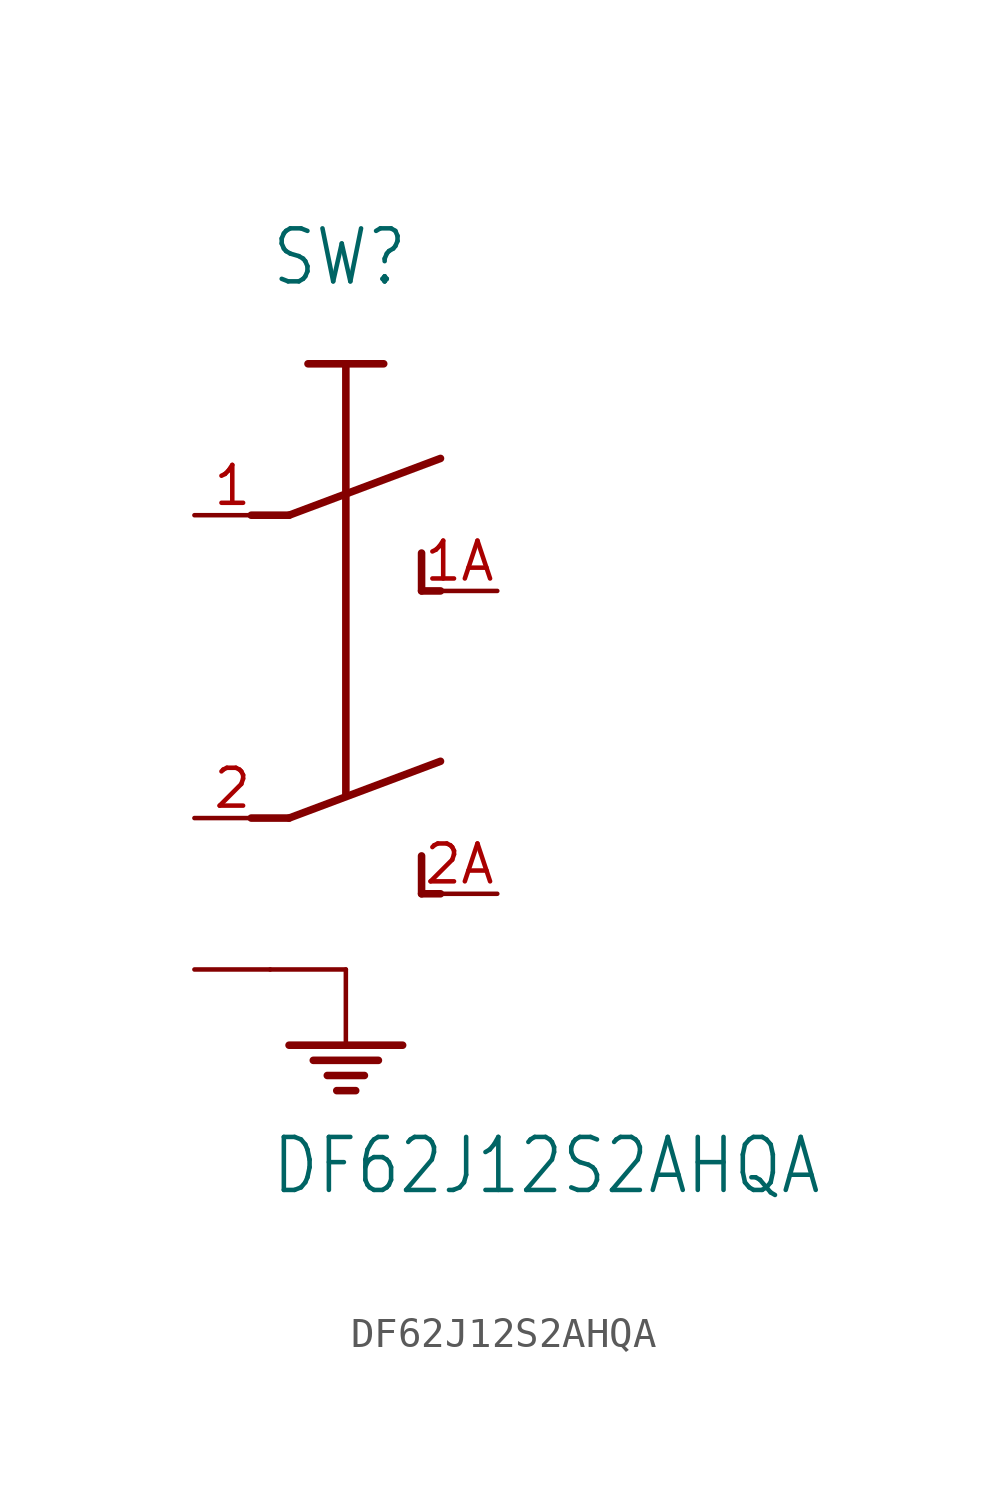
<source format=kicad_sym>
(kicad_symbol_lib
  (version 20220914)
  (generator kicad_symbol_editor)
  (symbol "DF62J12S2AHQA"
    (property "Reference" "SW"
      (at 2.54 12.7 0)
      (effects (font (size 1.778 1.511)) (justify left bottom)))
    (property "Value" "DF62J12S2AHQA"
      (at 2.54 -17.78 0)
      (effects (font (size 1.778 1.511)) (justify left bottom)))
    (symbol "DF62J12S2AHQA_1_0"
      (polyline (pts (xy 1.905 -5.08) (xy 3.175 -5.08)) (stroke (width 0.254) (type solid)) (fill (type none)))
      (polyline (pts (xy 1.905 5.08) (xy 3.175 5.08)) (stroke (width 0.254) (type solid)) (fill (type none)))
      (polyline (pts (xy 2.54 -10.16) (xy 5.08 -10.16)) (stroke (width 0.152) (type solid)) (fill (type none)))
      (polyline (pts (xy 3.175 -12.7) (xy 5.08 -12.7)) (stroke (width 0.254) (type solid)) (fill (type none)))
      (polyline (pts (xy 3.175 -5.08) (xy 8.255 -3.175)) (stroke (width 0.254) (type solid)) (fill (type none)))
      (polyline (pts (xy 3.175 5.08) (xy 8.255 6.985)) (stroke (width 0.254) (type solid)) (fill (type none)))
      (polyline (pts (xy 3.988 -13.208) (xy 6.172 -13.208)) (stroke (width 0.254) (type solid)) (fill (type none)))
      (polyline (pts (xy 4.458 -13.716) (xy 5.702 -13.716)) (stroke (width 0.254) (type solid)) (fill (type none)))
      (polyline (pts (xy 4.775 -14.224) (xy 5.41 -14.224)) (stroke (width 0.254) (type solid)) (fill (type none)))
      (polyline (pts (xy 5.08 -12.7) (xy 6.985 -12.7)) (stroke (width 0.254) (type solid)) (fill (type none)))
      (polyline (pts (xy 5.08 -10.16) (xy 5.08 -12.7)) (stroke (width 0.152) (type solid)) (fill (type none)))
      (polyline (pts (xy 5.08 -4.318) (xy 5.08 10.16)) (stroke (width 0.254) (type solid)) (fill (type none)))
      (polyline (pts (xy 6.35 10.16) (xy 3.81 10.16)) (stroke (width 0.254) (type solid)) (fill (type none)))
      (polyline (pts (xy 7.62 -7.62) (xy 8.255 -7.62)) (stroke (width 0.254) (type solid)) (fill (type none)))
      (polyline (pts (xy 7.62 -6.35) (xy 7.62 -7.62)) (stroke (width 0.254) (type solid)) (fill (type none)))
      (polyline (pts (xy 7.62 2.54) (xy 8.255 2.54)) (stroke (width 0.254) (type solid)) (fill (type none)))
      (polyline (pts (xy 7.62 3.81) (xy 7.62 2.54)) (stroke (width 0.254) (type solid)) (fill (type none)))
      (pin passive line (at 0 5.08 0) (length 2.54) (name "P" (effects (font (size 0 0)))) (number "1" (effects (font (size 1.27 1.27)))))
      (pin passive line (at 10.16 2.54 180) (length 2.54) (name "S" (effects (font (size 0 0)))) (number "1A" (effects (font (size 1.27 1.27)))))
      (pin passive line (at 0 -5.08 0) (length 2.54) (name "P1" (effects (font (size 0 0)))) (number "2" (effects (font (size 1.27 1.27)))))
      (pin passive line (at 10.16 -7.62 180) (length 2.54) (name "S1" (effects (font (size 0 0)))) (number "2A" (effects (font (size 1.27 1.27)))))
      (pin power_in line (at 0 -10.16 0) (length 2.54) (name "PE" (effects (font (size 0 0)))) (number "PE" (effects (font (size 0 0))))))))
</source>
